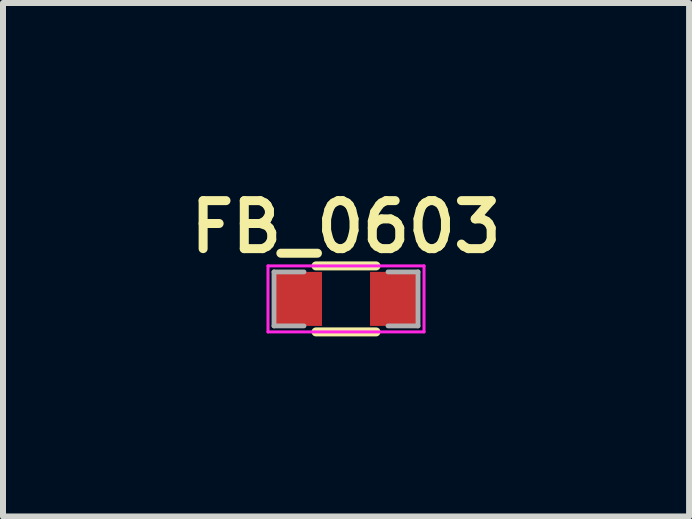
<source format=kicad_pcb>
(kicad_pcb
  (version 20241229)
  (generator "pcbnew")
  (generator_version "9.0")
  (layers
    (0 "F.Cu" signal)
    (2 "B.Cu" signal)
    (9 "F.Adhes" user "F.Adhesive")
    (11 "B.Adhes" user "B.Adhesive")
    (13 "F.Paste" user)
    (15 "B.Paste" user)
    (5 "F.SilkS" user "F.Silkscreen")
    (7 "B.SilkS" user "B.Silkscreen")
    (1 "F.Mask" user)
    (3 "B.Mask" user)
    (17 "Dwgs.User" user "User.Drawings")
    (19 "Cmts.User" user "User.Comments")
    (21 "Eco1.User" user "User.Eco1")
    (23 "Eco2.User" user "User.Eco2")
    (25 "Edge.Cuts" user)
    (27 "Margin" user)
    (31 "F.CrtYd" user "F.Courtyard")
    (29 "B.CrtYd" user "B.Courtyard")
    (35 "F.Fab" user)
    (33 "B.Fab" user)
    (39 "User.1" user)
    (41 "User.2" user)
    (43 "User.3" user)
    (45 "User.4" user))
  (footprint "FB_0603"
    (layer "F.Cu")
    (at 2.716 1.931)
    (property "Reference" "FB_0603" (at 0 -1.2 0) (layer "F.SilkS") (effects (font (size 0.8 0.8) (thickness 0.15))))
    (attr smd)
    (fp_line (start -0.5 -0.55) (end 0.5 -0.55) (stroke (width 0.15) (type solid)) (layer "F.SilkS"))
    (fp_line (start 0.5 0.55) (end -0.5 0.55) (stroke (width 0.15) (type solid)) (layer "F.SilkS"))
    (fp_line (start -1.3 -0.55) (end -1.3 0.55) (stroke (width 0.05) (type solid)) (layer "F.CrtYd"))
    (fp_line (start -1.3 -0.55) (end 1.3 -0.55) (stroke (width 0.05) (type solid)) (layer "F.CrtYd"))
    (fp_line (start -1.3 0.55) (end 1.3 0.55) (stroke (width 0.05) (type solid)) (layer "F.CrtYd"))
    (fp_line (start 1.3 0.55) (end 1.3 -0.55) (stroke (width 0.05) (type solid)) (layer "F.CrtYd"))
    (fp_line (start -1.2 0.45) (end -1.2 -0.45) (stroke (width 0.08) (type solid)) (layer "F.Fab"))
    (fp_line (start -0.7 -0.45) (end -1.2 -0.45) (stroke (width 0.08) (type solid)) (layer "F.Fab"))
    (fp_line (start -0.7 0.45) (end -1.2 0.45) (stroke (width 0.08) (type solid)) (layer "F.Fab"))
    (fp_line (start 0.7 -0.45) (end 1.2 -0.45) (stroke (width 0.08) (type solid)) (layer "F.Fab"))
    (fp_line (start 0.7 0.45) (end 1.2 0.45) (stroke (width 0.08) (type solid)) (layer "F.Fab"))
    (fp_line (start 1.2 -0.45) (end 1.2 0.45) (stroke (width 0.08) (type solid)) (layer "F.Fab"))
    (pad "1" smd rect (at -0.8 0) (size 0.8 0.9) (layers "F.Cu" "F.Mask" "F.Paste"))
    (pad "2" smd rect (at 0.8 0) (size 0.8 0.9) (layers "F.Cu" "F.Mask" "F.Paste")))
  (gr_rect
    (start -3 -3)
    (end 8.433 5.556)
    (stroke (width 0.1) (type default))
    (fill no)
    (layer "Edge.Cuts")))
</source>
